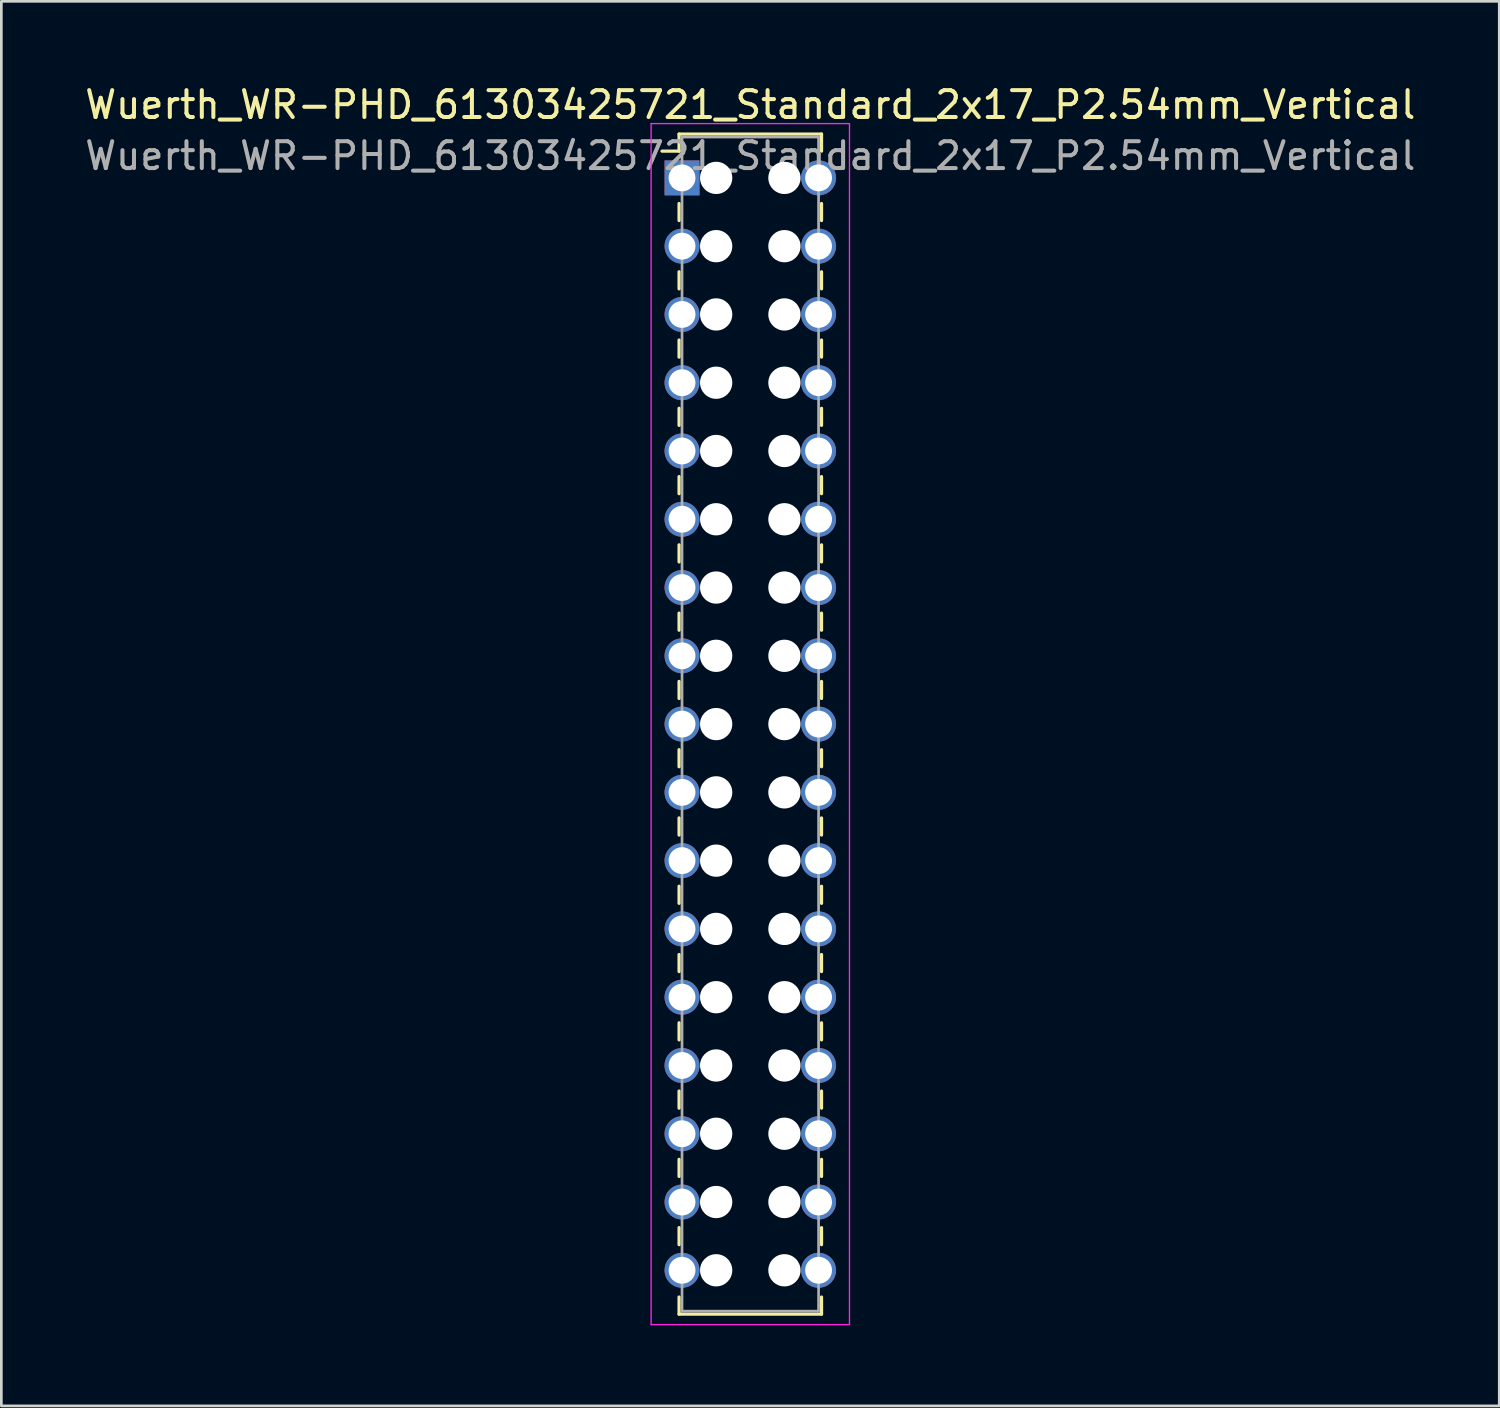
<source format=kicad_pcb>
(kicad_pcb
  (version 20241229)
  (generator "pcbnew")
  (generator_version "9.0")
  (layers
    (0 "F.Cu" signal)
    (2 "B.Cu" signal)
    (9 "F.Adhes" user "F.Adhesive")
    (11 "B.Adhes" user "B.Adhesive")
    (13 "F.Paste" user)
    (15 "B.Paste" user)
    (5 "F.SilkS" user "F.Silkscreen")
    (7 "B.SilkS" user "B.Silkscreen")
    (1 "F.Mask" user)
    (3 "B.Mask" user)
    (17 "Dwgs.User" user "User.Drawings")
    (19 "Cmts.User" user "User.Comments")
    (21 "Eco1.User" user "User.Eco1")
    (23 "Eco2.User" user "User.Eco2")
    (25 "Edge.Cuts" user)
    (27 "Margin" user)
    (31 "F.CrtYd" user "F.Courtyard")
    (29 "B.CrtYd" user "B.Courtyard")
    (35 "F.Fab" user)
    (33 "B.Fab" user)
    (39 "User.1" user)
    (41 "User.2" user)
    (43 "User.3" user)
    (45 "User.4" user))
  (footprint "Wuerth_WR-PHD_61303425721_Standard_2x17_P2.54mm_Vertical"
    (layer "F.Cu")
    (at 22.323 3.568)
    (property "Reference" "Wuerth_WR-PHD_61303425721_Standard_2x17_P2.54mm_Vertical" (at 2.54 -2.72 0) (layer "F.SilkS") (effects (font (size 1 1) (thickness 0.15))))
    (attr through_hole)
    (fp_line (start -0.11 -1.63) (end -0.11 -0.995) (stroke (width 0.12) (type solid)) (layer "F.SilkS"))
    (fp_line (start -0.11 -1.63) (end 5.19 -1.63) (stroke (width 0.12) (type solid)) (layer "F.SilkS"))
    (fp_line (start -0.11 -0.995) (end -0.745 -0.995) (stroke (width 0.12) (type solid)) (layer "F.SilkS"))
    (fp_line (start -0.11 0.953) (end -0.11 1.587) (stroke (width 0.12) (type solid)) (layer "F.SilkS"))
    (fp_line (start -0.11 3.493) (end -0.11 4.128) (stroke (width 0.12) (type solid)) (layer "F.SilkS"))
    (fp_line (start -0.11 6.032) (end -0.11 6.668) (stroke (width 0.12) (type solid)) (layer "F.SilkS"))
    (fp_line (start -0.11 8.572) (end -0.11 9.207) (stroke (width 0.12) (type solid)) (layer "F.SilkS"))
    (fp_line (start -0.11 11.113) (end -0.11 11.748) (stroke (width 0.12) (type solid)) (layer "F.SilkS"))
    (fp_line (start -0.11 13.652) (end -0.11 14.287) (stroke (width 0.12) (type solid)) (layer "F.SilkS"))
    (fp_line (start -0.11 16.192) (end -0.11 16.828) (stroke (width 0.12) (type solid)) (layer "F.SilkS"))
    (fp_line (start -0.11 18.733) (end -0.11 19.367) (stroke (width 0.12) (type solid)) (layer "F.SilkS"))
    (fp_line (start -0.11 21.273) (end -0.11 21.907) (stroke (width 0.12) (type solid)) (layer "F.SilkS"))
    (fp_line (start -0.11 23.812) (end -0.11 24.448) (stroke (width 0.12) (type solid)) (layer "F.SilkS"))
    (fp_line (start -0.11 26.352) (end -0.11 26.988) (stroke (width 0.12) (type solid)) (layer "F.SilkS"))
    (fp_line (start -0.11 28.892) (end -0.11 29.527) (stroke (width 0.12) (type solid)) (layer "F.SilkS"))
    (fp_line (start -0.11 31.433) (end -0.11 32.068) (stroke (width 0.12) (type solid)) (layer "F.SilkS"))
    (fp_line (start -0.11 33.972) (end -0.11 34.608) (stroke (width 0.12) (type solid)) (layer "F.SilkS"))
    (fp_line (start -0.11 36.513) (end -0.11 37.148) (stroke (width 0.12) (type solid)) (layer "F.SilkS"))
    (fp_line (start -0.11 39.053) (end -0.11 39.688) (stroke (width 0.12) (type solid)) (layer "F.SilkS"))
    (fp_line (start -0.11 42.27) (end -0.11 41.635) (stroke (width 0.12) (type solid)) (layer "F.SilkS"))
    (fp_line (start -0.11 42.27) (end 5.19 42.27) (stroke (width 0.12) (type solid)) (layer "F.SilkS"))
    (fp_line (start 5.19 -1.63) (end 5.19 -0.995) (stroke (width 0.12) (type solid)) (layer "F.SilkS"))
    (fp_line (start 5.19 0.953) (end 5.19 1.587) (stroke (width 0.12) (type solid)) (layer "F.SilkS"))
    (fp_line (start 5.19 3.493) (end 5.19 4.128) (stroke (width 0.12) (type solid)) (layer "F.SilkS"))
    (fp_line (start 5.19 6.032) (end 5.19 6.668) (stroke (width 0.12) (type solid)) (layer "F.SilkS"))
    (fp_line (start 5.19 8.572) (end 5.19 9.207) (stroke (width 0.12) (type solid)) (layer "F.SilkS"))
    (fp_line (start 5.19 11.113) (end 5.19 11.748) (stroke (width 0.12) (type solid)) (layer "F.SilkS"))
    (fp_line (start 5.19 13.652) (end 5.19 14.287) (stroke (width 0.12) (type solid)) (layer "F.SilkS"))
    (fp_line (start 5.19 16.192) (end 5.19 16.828) (stroke (width 0.12) (type solid)) (layer "F.SilkS"))
    (fp_line (start 5.19 18.733) (end 5.19 19.367) (stroke (width 0.12) (type solid)) (layer "F.SilkS"))
    (fp_line (start 5.19 21.273) (end 5.19 21.907) (stroke (width 0.12) (type solid)) (layer "F.SilkS"))
    (fp_line (start 5.19 23.812) (end 5.19 24.448) (stroke (width 0.12) (type solid)) (layer "F.SilkS"))
    (fp_line (start 5.19 26.352) (end 5.19 26.988) (stroke (width 0.12) (type solid)) (layer "F.SilkS"))
    (fp_line (start 5.19 28.892) (end 5.19 29.527) (stroke (width 0.12) (type solid)) (layer "F.SilkS"))
    (fp_line (start 5.19 31.433) (end 5.19 32.068) (stroke (width 0.12) (type solid)) (layer "F.SilkS"))
    (fp_line (start 5.19 33.972) (end 5.19 34.608) (stroke (width 0.12) (type solid)) (layer "F.SilkS"))
    (fp_line (start 5.19 36.513) (end 5.19 37.148) (stroke (width 0.12) (type solid)) (layer "F.SilkS"))
    (fp_line (start 5.19 39.053) (end 5.19 39.688) (stroke (width 0.12) (type solid)) (layer "F.SilkS"))
    (fp_line (start 5.19 42.27) (end 5.19 41.635) (stroke (width 0.12) (type solid)) (layer "F.SilkS"))
    (fp_line (start -1.15 -2.02) (end -1.15 42.66) (stroke (width 0.05) (type solid)) (layer "F.CrtYd"))
    (fp_line (start -1.15 42.66) (end 6.23 42.66) (stroke (width 0.05) (type solid)) (layer "F.CrtYd"))
    (fp_line (start 6.23 -2.02) (end -1.15 -2.02) (stroke (width 0.05) (type solid)) (layer "F.CrtYd"))
    (fp_line (start 6.23 42.66) (end 6.23 -2.02) (stroke (width 0.05) (type solid)) (layer "F.CrtYd"))
    (fp_line (start 0 -1.52) (end 0 42.16) (stroke (width 0.1) (type solid)) (layer "F.Fab"))
    (fp_line (start 0 42.16) (end 5.08 42.16) (stroke (width 0.1) (type solid)) (layer "F.Fab"))
    (fp_line (start 5.08 -1.52) (end 0 -1.52) (stroke (width 0.1) (type solid)) (layer "F.Fab"))
    (fp_line (start 5.08 42.16) (end 5.08 -1.52) (stroke (width 0.1) (type solid)) (layer "F.Fab"))
    (fp_text user "${REFERENCE}" (at 2.54 -0.82 0) (layer "F.Fab") (effects (font (size 1 1) (thickness 0.15))))
    (pad "" np_thru_hole circle (at 1.27 0) (size 1.2 1.2) (drill 1.2) (layers "*.Cu" "*.Mask"))
    (pad "" np_thru_hole circle (at 1.27 2.54) (size 1.2 1.2) (drill 1.2) (layers "*.Cu" "*.Mask"))
    (pad "" np_thru_hole circle (at 1.27 5.08) (size 1.2 1.2) (drill 1.2) (layers "*.Cu" "*.Mask"))
    (pad "" np_thru_hole circle (at 1.27 7.62) (size 1.2 1.2) (drill 1.2) (layers "*.Cu" "*.Mask"))
    (pad "" np_thru_hole circle (at 1.27 10.16) (size 1.2 1.2) (drill 1.2) (layers "*.Cu" "*.Mask"))
    (pad "" np_thru_hole circle (at 1.27 12.7) (size 1.2 1.2) (drill 1.2) (layers "*.Cu" "*.Mask"))
    (pad "" np_thru_hole circle (at 1.27 15.24) (size 1.2 1.2) (drill 1.2) (layers "*.Cu" "*.Mask"))
    (pad "" np_thru_hole circle (at 1.27 17.78) (size 1.2 1.2) (drill 1.2) (layers "*.Cu" "*.Mask"))
    (pad "" np_thru_hole circle (at 1.27 20.32) (size 1.2 1.2) (drill 1.2) (layers "*.Cu" "*.Mask"))
    (pad "" np_thru_hole circle (at 1.27 22.86) (size 1.2 1.2) (drill 1.2) (layers "*.Cu" "*.Mask"))
    (pad "" np_thru_hole circle (at 1.27 25.4) (size 1.2 1.2) (drill 1.2) (layers "*.Cu" "*.Mask"))
    (pad "" np_thru_hole circle (at 1.27 27.94) (size 1.2 1.2) (drill 1.2) (layers "*.Cu" "*.Mask"))
    (pad "" np_thru_hole circle (at 1.27 30.48) (size 1.2 1.2) (drill 1.2) (layers "*.Cu" "*.Mask"))
    (pad "" np_thru_hole circle (at 1.27 33.02) (size 1.2 1.2) (drill 1.2) (layers "*.Cu" "*.Mask"))
    (pad "" np_thru_hole circle (at 1.27 35.56) (size 1.2 1.2) (drill 1.2) (layers "*.Cu" "*.Mask"))
    (pad "" np_thru_hole circle (at 1.27 38.1) (size 1.2 1.2) (drill 1.2) (layers "*.Cu" "*.Mask"))
    (pad "" np_thru_hole circle (at 1.27 40.64) (size 1.2 1.2) (drill 1.2) (layers "*.Cu" "*.Mask"))
    (pad "" np_thru_hole circle (at 3.81 0) (size 1.2 1.2) (drill 1.2) (layers "*.Cu" "*.Mask"))
    (pad "" np_thru_hole circle (at 3.81 2.54) (size 1.2 1.2) (drill 1.2) (layers "*.Cu" "*.Mask"))
    (pad "" np_thru_hole circle (at 3.81 5.08) (size 1.2 1.2) (drill 1.2) (layers "*.Cu" "*.Mask"))
    (pad "" np_thru_hole circle (at 3.81 7.62) (size 1.2 1.2) (drill 1.2) (layers "*.Cu" "*.Mask"))
    (pad "" np_thru_hole circle (at 3.81 10.16) (size 1.2 1.2) (drill 1.2) (layers "*.Cu" "*.Mask"))
    (pad "" np_thru_hole circle (at 3.81 12.7) (size 1.2 1.2) (drill 1.2) (layers "*.Cu" "*.Mask"))
    (pad "" np_thru_hole circle (at 3.81 15.24) (size 1.2 1.2) (drill 1.2) (layers "*.Cu" "*.Mask"))
    (pad "" np_thru_hole circle (at 3.81 17.78) (size 1.2 1.2) (drill 1.2) (layers "*.Cu" "*.Mask"))
    (pad "" np_thru_hole circle (at 3.81 20.32) (size 1.2 1.2) (drill 1.2) (layers "*.Cu" "*.Mask"))
    (pad "" np_thru_hole circle (at 3.81 22.86) (size 1.2 1.2) (drill 1.2) (layers "*.Cu" "*.Mask"))
    (pad "" np_thru_hole circle (at 3.81 25.4) (size 1.2 1.2) (drill 1.2) (layers "*.Cu" "*.Mask"))
    (pad "" np_thru_hole circle (at 3.81 27.94) (size 1.2 1.2) (drill 1.2) (layers "*.Cu" "*.Mask"))
    (pad "" np_thru_hole circle (at 3.81 30.48) (size 1.2 1.2) (drill 1.2) (layers "*.Cu" "*.Mask"))
    (pad "" np_thru_hole circle (at 3.81 33.02) (size 1.2 1.2) (drill 1.2) (layers "*.Cu" "*.Mask"))
    (pad "" np_thru_hole circle (at 3.81 35.56) (size 1.2 1.2) (drill 1.2) (layers "*.Cu" "*.Mask"))
    (pad "" np_thru_hole circle (at 3.81 38.1) (size 1.2 1.2) (drill 1.2) (layers "*.Cu" "*.Mask"))
    (pad "" np_thru_hole circle (at 3.81 40.64) (size 1.2 1.2) (drill 1.2) (layers "*.Cu" "*.Mask"))
    (pad "1" thru_hole rect (at 0 0) (size 1.3 1.3) (drill 1) (layers "*.Cu" "*.Mask"))
    (pad "2" thru_hole circle (at 5.08 0) (size 1.3 1.3) (drill 1) (layers "*.Cu" "*.Mask"))
    (pad "3" thru_hole circle (at 0 2.54) (size 1.3 1.3) (drill 1) (layers "*.Cu" "*.Mask"))
    (pad "4" thru_hole circle (at 5.08 2.54) (size 1.3 1.3) (drill 1) (layers "*.Cu" "*.Mask"))
    (pad "5" thru_hole circle (at 0 5.08) (size 1.3 1.3) (drill 1) (layers "*.Cu" "*.Mask"))
    (pad "6" thru_hole circle (at 5.08 5.08) (size 1.3 1.3) (drill 1) (layers "*.Cu" "*.Mask"))
    (pad "7" thru_hole circle (at 0 7.62) (size 1.3 1.3) (drill 1) (layers "*.Cu" "*.Mask"))
    (pad "8" thru_hole circle (at 5.08 7.62) (size 1.3 1.3) (drill 1) (layers "*.Cu" "*.Mask"))
    (pad "9" thru_hole circle (at 0 10.16) (size 1.3 1.3) (drill 1) (layers "*.Cu" "*.Mask"))
    (pad "10" thru_hole circle (at 5.08 10.16) (size 1.3 1.3) (drill 1) (layers "*.Cu" "*.Mask"))
    (pad "11" thru_hole circle (at 0 12.7) (size 1.3 1.3) (drill 1) (layers "*.Cu" "*.Mask"))
    (pad "12" thru_hole circle (at 5.08 12.7) (size 1.3 1.3) (drill 1) (layers "*.Cu" "*.Mask"))
    (pad "13" thru_hole circle (at 0 15.24) (size 1.3 1.3) (drill 1) (layers "*.Cu" "*.Mask"))
    (pad "14" thru_hole circle (at 5.08 15.24) (size 1.3 1.3) (drill 1) (layers "*.Cu" "*.Mask"))
    (pad "15" thru_hole circle (at 0 17.78) (size 1.3 1.3) (drill 1) (layers "*.Cu" "*.Mask"))
    (pad "16" thru_hole circle (at 5.08 17.78) (size 1.3 1.3) (drill 1) (layers "*.Cu" "*.Mask"))
    (pad "17" thru_hole circle (at 0 20.32) (size 1.3 1.3) (drill 1) (layers "*.Cu" "*.Mask"))
    (pad "18" thru_hole circle (at 5.08 20.32) (size 1.3 1.3) (drill 1) (layers "*.Cu" "*.Mask"))
    (pad "19" thru_hole circle (at 0 22.86) (size 1.3 1.3) (drill 1) (layers "*.Cu" "*.Mask"))
    (pad "20" thru_hole circle (at 5.08 22.86) (size 1.3 1.3) (drill 1) (layers "*.Cu" "*.Mask"))
    (pad "21" thru_hole circle (at 0 25.4) (size 1.3 1.3) (drill 1) (layers "*.Cu" "*.Mask"))
    (pad "22" thru_hole circle (at 5.08 25.4) (size 1.3 1.3) (drill 1) (layers "*.Cu" "*.Mask"))
    (pad "23" thru_hole circle (at 0 27.94) (size 1.3 1.3) (drill 1) (layers "*.Cu" "*.Mask"))
    (pad "24" thru_hole circle (at 5.08 27.94) (size 1.3 1.3) (drill 1) (layers "*.Cu" "*.Mask"))
    (pad "25" thru_hole circle (at 0 30.48) (size 1.3 1.3) (drill 1) (layers "*.Cu" "*.Mask"))
    (pad "26" thru_hole circle (at 5.08 30.48) (size 1.3 1.3) (drill 1) (layers "*.Cu" "*.Mask"))
    (pad "27" thru_hole circle (at 0 33.02) (size 1.3 1.3) (drill 1) (layers "*.Cu" "*.Mask"))
    (pad "28" thru_hole circle (at 5.08 33.02) (size 1.3 1.3) (drill 1) (layers "*.Cu" "*.Mask"))
    (pad "29" thru_hole circle (at 0 35.56) (size 1.3 1.3) (drill 1) (layers "*.Cu" "*.Mask"))
    (pad "30" thru_hole circle (at 5.08 35.56) (size 1.3 1.3) (drill 1) (layers "*.Cu" "*.Mask"))
    (pad "31" thru_hole circle (at 0 38.1) (size 1.3 1.3) (drill 1) (layers "*.Cu" "*.Mask"))
    (pad "32" thru_hole circle (at 5.08 38.1) (size 1.3 1.3) (drill 1) (layers "*.Cu" "*.Mask"))
    (pad "33" thru_hole circle (at 0 40.64) (size 1.3 1.3) (drill 1) (layers "*.Cu" "*.Mask"))
    (pad "34" thru_hole circle (at 5.08 40.64) (size 1.3 1.3) (drill 1) (layers "*.Cu" "*.Mask")))
  (gr_rect
    (start -3 -3)
    (end 52.726 49.253)
    (stroke (width 0.1) (type default))
    (fill no)
    (layer "Edge.Cuts")))
</source>
